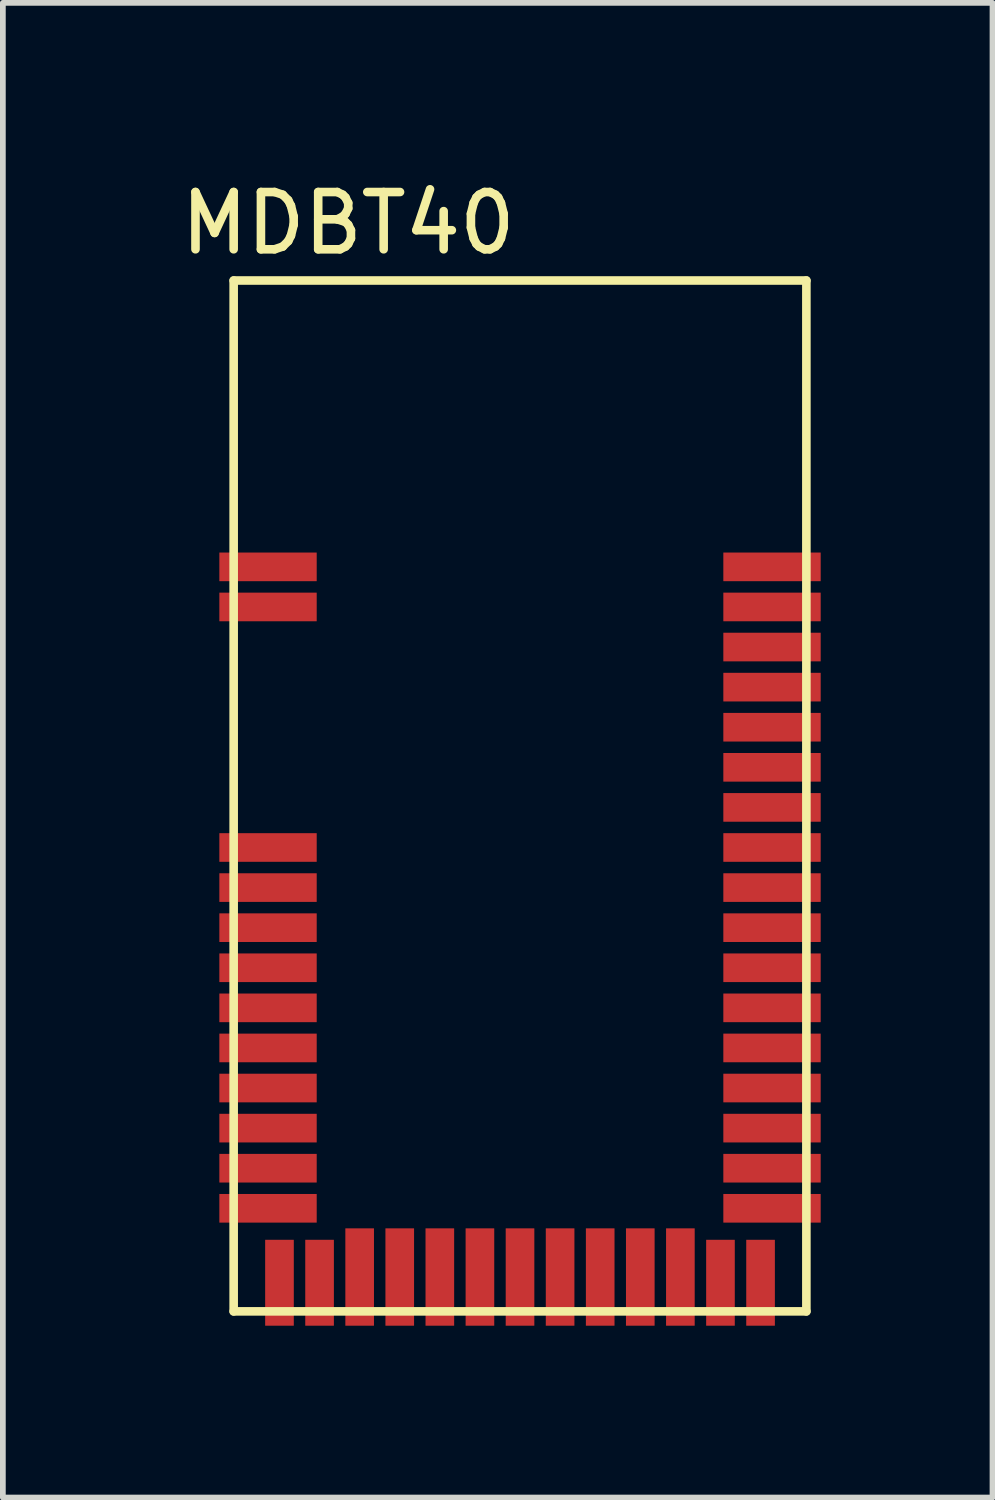
<source format=kicad_pcb>
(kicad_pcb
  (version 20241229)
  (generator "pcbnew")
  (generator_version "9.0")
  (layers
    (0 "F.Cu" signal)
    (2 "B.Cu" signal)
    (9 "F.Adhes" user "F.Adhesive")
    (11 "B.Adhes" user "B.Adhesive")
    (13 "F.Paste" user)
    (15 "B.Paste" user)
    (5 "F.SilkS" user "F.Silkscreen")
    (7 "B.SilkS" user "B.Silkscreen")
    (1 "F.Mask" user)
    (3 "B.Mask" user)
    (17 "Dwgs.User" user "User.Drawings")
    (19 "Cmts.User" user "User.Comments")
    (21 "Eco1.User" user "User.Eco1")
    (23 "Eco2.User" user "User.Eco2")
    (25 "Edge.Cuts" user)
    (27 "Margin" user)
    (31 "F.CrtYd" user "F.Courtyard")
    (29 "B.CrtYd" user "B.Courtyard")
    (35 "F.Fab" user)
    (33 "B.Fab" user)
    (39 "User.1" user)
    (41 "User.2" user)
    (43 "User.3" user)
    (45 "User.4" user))
  (footprint "MDBT40"
    (layer "F.Cu")
    (at 6.03 10.848)
    (property "Reference" "MDBT40" (at -3 -10 0) (layer "F.SilkS") (effects (font (size 1 1) (thickness 0.15))))
    (attr through_hole)
    (fp_line (start -5 -9) (end -5 9) (stroke (width 0.15) (type solid)) (layer "F.SilkS"))
    (fp_line (start -5 9) (end 5 9) (stroke (width 0.15) (type solid)) (layer "F.SilkS"))
    (fp_line (start 5 -9) (end -5 -9) (stroke (width 0.15) (type solid)) (layer "F.SilkS"))
    (fp_line (start 5 9) (end 5 -9) (stroke (width 0.15) (type solid)) (layer "F.SilkS"))
    (pad "1" smd rect (at -5 -4) (size 1.7 0.5) (drill (offset 0.6 0)) (layers "F.Cu" "F.Mask" "F.Paste"))
    (pad "2" smd rect (at -5 -3.3) (size 1.7 0.5) (drill (offset 0.6 0)) (layers "F.Cu" "F.Mask" "F.Paste"))
    (pad "3" smd rect (at -5 0.9) (size 1.7 0.5) (drill (offset 0.6 0)) (layers "F.Cu" "F.Mask" "F.Paste"))
    (pad "4" smd rect (at -5 1.6) (size 1.7 0.5) (drill (offset 0.6 0)) (layers "F.Cu" "F.Mask" "F.Paste"))
    (pad "5" smd rect (at -5 2.3) (size 1.7 0.5) (drill (offset 0.6 0)) (layers "F.Cu" "F.Mask" "F.Paste"))
    (pad "6" smd rect (at -5 3) (size 1.7 0.5) (drill (offset 0.6 0)) (layers "F.Cu" "F.Mask" "F.Paste"))
    (pad "7" smd rect (at -5 3.7) (size 1.7 0.5) (drill (offset 0.6 0)) (layers "F.Cu" "F.Mask" "F.Paste"))
    (pad "8" smd rect (at -5 4.4) (size 1.7 0.5) (drill (offset 0.6 0)) (layers "F.Cu" "F.Mask" "F.Paste"))
    (pad "9" smd rect (at -5 5.1) (size 1.7 0.5) (drill (offset 0.6 0)) (layers "F.Cu" "F.Mask" "F.Paste"))
    (pad "10" smd rect (at -5 5.8) (size 1.7 0.5) (drill (offset 0.6 0)) (layers "F.Cu" "F.Mask" "F.Paste"))
    (pad "11" smd rect (at -5 6.5) (size 1.7 0.5) (drill (offset 0.6 0)) (layers "F.Cu" "F.Mask" "F.Paste"))
    (pad "12" smd rect (at -5 7.2) (size 1.7 0.5) (drill (offset 0.6 0)) (layers "F.Cu" "F.Mask" "F.Paste"))
    (pad "13" smd rect (at -4.2 9 90) (size 1.5 0.5) (drill (offset 0.5 0)) (layers "F.Cu" "F.Mask" "F.Paste"))
    (pad "14" smd rect (at -3.5 9 90) (size 1.5 0.5) (drill (offset 0.5 0)) (layers "F.Cu" "F.Mask" "F.Paste"))
    (pad "15" smd rect (at -2.8 9 90) (size 1.7 0.5) (drill (offset 0.6 0)) (layers "F.Cu" "F.Mask" "F.Paste"))
    (pad "16" smd rect (at -2.1 9 90) (size 1.7 0.5) (drill (offset 0.6 0)) (layers "F.Cu" "F.Mask" "F.Paste"))
    (pad "17" smd rect (at -1.4 9 90) (size 1.7 0.5) (drill (offset 0.6 0)) (layers "F.Cu" "F.Mask" "F.Paste"))
    (pad "18" smd rect (at -0.7 9 90) (size 1.7 0.5) (drill (offset 0.6 0)) (layers "F.Cu" "F.Mask" "F.Paste"))
    (pad "19" smd rect (at 0 9 90) (size 1.7 0.5) (drill (offset 0.6 0)) (layers "F.Cu" "F.Mask" "F.Paste"))
    (pad "20" smd rect (at 0.7 9 90) (size 1.7 0.5) (drill (offset 0.6 0)) (layers "F.Cu" "F.Mask" "F.Paste"))
    (pad "21" smd rect (at 1.4 9 90) (size 1.7 0.5) (drill (offset 0.6 0)) (layers "F.Cu" "F.Mask" "F.Paste"))
    (pad "22" smd rect (at 2.1 9 90) (size 1.7 0.5) (drill (offset 0.6 0)) (layers "F.Cu" "F.Mask" "F.Paste"))
    (pad "23" smd rect (at 2.8 9 90) (size 1.7 0.5) (drill (offset 0.6 0)) (layers "F.Cu" "F.Mask" "F.Paste"))
    (pad "24" smd rect (at 3.5 9 90) (size 1.5 0.5) (drill (offset 0.5 0)) (layers "F.Cu" "F.Mask" "F.Paste"))
    (pad "25" smd rect (at 4.2 9 90) (size 1.5 0.5) (drill (offset 0.5 0)) (layers "F.Cu" "F.Mask" "F.Paste"))
    (pad "26" smd rect (at 5 7.2 180) (size 1.7 0.5) (drill (offset 0.6 0)) (layers "F.Cu" "F.Mask" "F.Paste"))
    (pad "27" smd rect (at 5 6.5 180) (size 1.7 0.5) (drill (offset 0.6 0)) (layers "F.Cu" "F.Mask" "F.Paste"))
    (pad "28" smd rect (at 5 5.8 180) (size 1.7 0.5) (drill (offset 0.6 0)) (layers "F.Cu" "F.Mask" "F.Paste"))
    (pad "29" smd rect (at 5 5.1 180) (size 1.7 0.5) (drill (offset 0.6 0)) (layers "F.Cu" "F.Mask" "F.Paste"))
    (pad "30" smd rect (at 5 4.4 180) (size 1.7 0.5) (drill (offset 0.6 0)) (layers "F.Cu" "F.Mask" "F.Paste"))
    (pad "31" smd rect (at 5 3.7 180) (size 1.7 0.5) (drill (offset 0.6 0)) (layers "F.Cu" "F.Mask" "F.Paste"))
    (pad "32" smd rect (at 5 3 180) (size 1.7 0.5) (drill (offset 0.6 0)) (layers "F.Cu" "F.Mask" "F.Paste"))
    (pad "33" smd rect (at 5 2.3 180) (size 1.7 0.5) (drill (offset 0.6 0)) (layers "F.Cu" "F.Mask" "F.Paste"))
    (pad "34" smd rect (at 5 1.6 180) (size 1.7 0.5) (drill (offset 0.6 0)) (layers "F.Cu" "F.Mask" "F.Paste"))
    (pad "35" smd rect (at 5 0.9 180) (size 1.7 0.5) (drill (offset 0.6 0)) (layers "F.Cu" "F.Mask" "F.Paste"))
    (pad "36" smd rect (at 5 0.2 180) (size 1.7 0.5) (drill (offset 0.6 0)) (layers "F.Cu" "F.Mask" "F.Paste"))
    (pad "37" smd rect (at 5 -0.5 180) (size 1.7 0.5) (drill (offset 0.6 0)) (layers "F.Cu" "F.Mask" "F.Paste"))
    (pad "38" smd rect (at 5 -1.2 180) (size 1.7 0.5) (drill (offset 0.6 0)) (layers "F.Cu" "F.Mask" "F.Paste"))
    (pad "39" smd rect (at 5 -1.9 180) (size 1.7 0.5) (drill (offset 0.6 0)) (layers "F.Cu" "F.Mask" "F.Paste"))
    (pad "40" smd rect (at 5 -2.6 180) (size 1.7 0.5) (drill (offset 0.6 0)) (layers "F.Cu" "F.Mask" "F.Paste"))
    (pad "41" smd rect (at 5 -3.3 180) (size 1.7 0.5) (drill (offset 0.6 0)) (layers "F.Cu" "F.Mask" "F.Paste"))
    (pad "42" smd rect (at 5 -4 180) (size 1.7 0.5) (drill (offset 0.6 0)) (layers "F.Cu" "F.Mask" "F.Paste")))
  (gr_rect
    (start -3 -3)
    (end 14.28 23.098)
    (stroke (width 0.1) (type default))
    (fill no)
    (layer "Edge.Cuts")))
</source>
